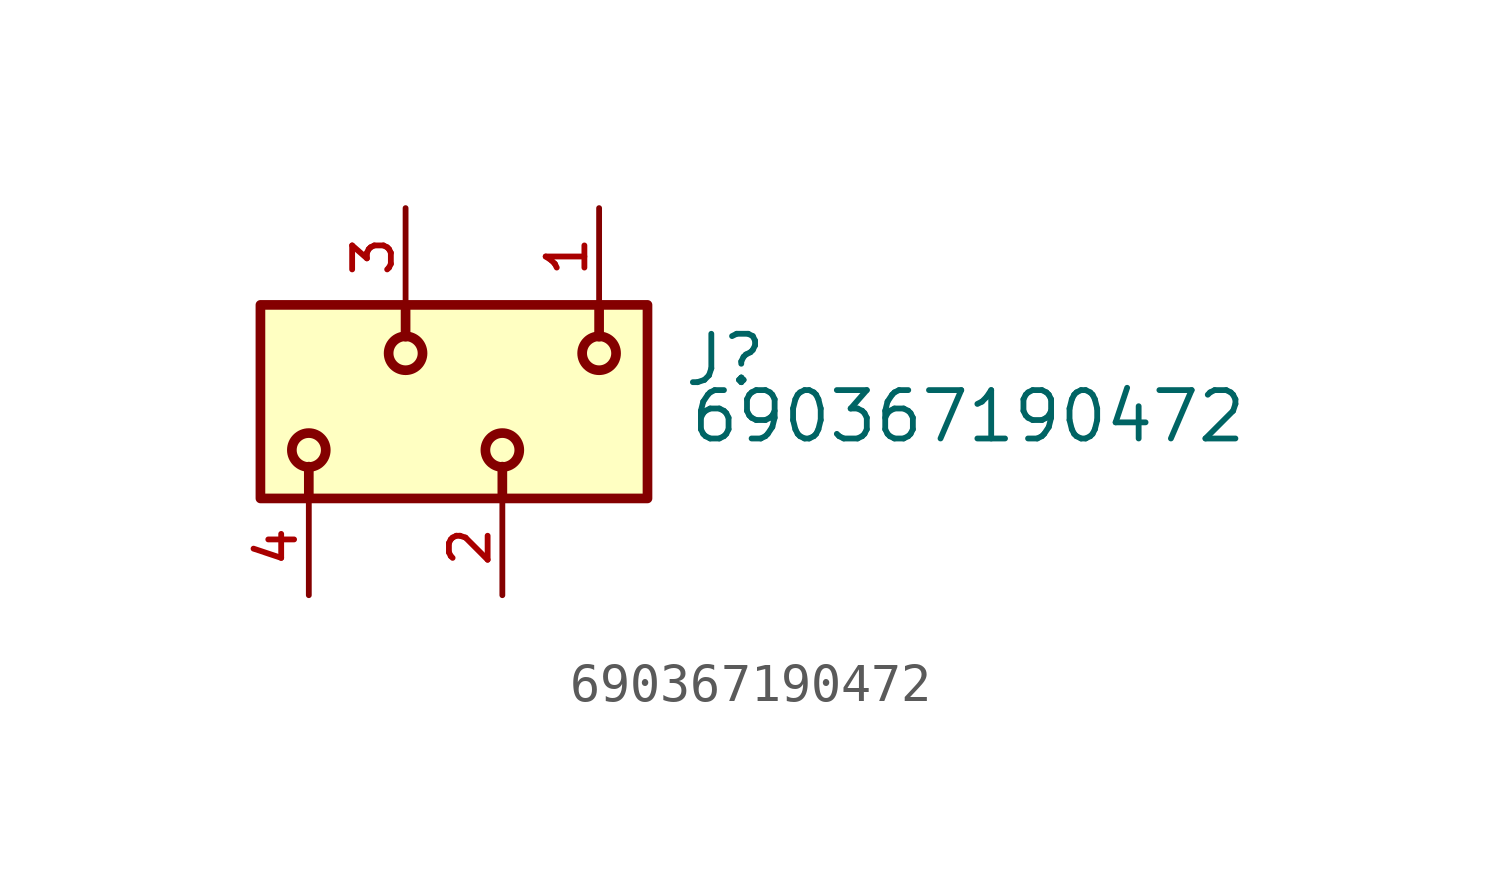
<source format=kicad_sym>
(kicad_symbol_lib
  (version 20211014)
  (generator kicad_symbol_editor)
  (symbol "690367190472"
    (pin_names
      (offset 1.016))
    (property "Reference" "J"
      (at 4.72 0.348 0)
      (effects (font (size 1.27 1.27)) (justify bottom left)))
    (property "Value" "690367190472"
      (at 4.87 -1.13 0)
      (effects (font (size 1.27 1.27)) (justify bottom left)))
    (symbol "690367190472_0_0"
      (polyline (pts (xy -5.08 -1.705) (xy -5.08 -2.54)) (stroke (width 0.254)))
      (polyline (pts (xy 0.0 -1.705) (xy 0.0 -2.54)) (stroke (width 0.254)))
      (polyline (pts (xy -2.54 1.705) (xy -2.54 2.54)) (stroke (width 0.254)))
      (polyline (pts (xy 2.54 1.705) (xy 2.54 2.54)) (stroke (width 0.254)))
      (circle (center -5.08 -1.27) (radius 0.445) (stroke (width 0.254)) (fill (type none)))
      (circle (center 0.0 -1.27) (radius 0.445) (stroke (width 0.254)) (fill (type none)))
      (circle (center -2.54 1.27) (radius 0.445) (stroke (width 0.254)) (fill (type none)))
      (circle (center 2.54 1.27) (radius 0.445) (stroke (width 0.254)) (fill (type none)))
      (rectangle (start -6.35 -2.54) (end 3.81 2.54) (stroke (width 0.254)) (fill (type background)))
      (pin passive line (at 0.0 -5.08 90.0) (length 2.54) (name "~" (effects (font (size 1.016 1.016)))) (number "2" (effects (font (size 1.016 1.016)))))
      (pin passive line (at 2.54 5.08 270.0) (length 2.54) (name "~" (effects (font (size 1.016 1.016)))) (number "1" (effects (font (size 1.016 1.016)))))
      (pin passive line (at -2.54 5.08 270.0) (length 2.54) (name "~" (effects (font (size 1.016 1.016)))) (number "3" (effects (font (size 1.016 1.016)))))
      (pin passive line (at -5.08 -5.08 90.0) (length 2.54) (name "~" (effects (font (size 1.016 1.016)))) (number "4" (effects (font (size 1.016 1.016))))))))
</source>
